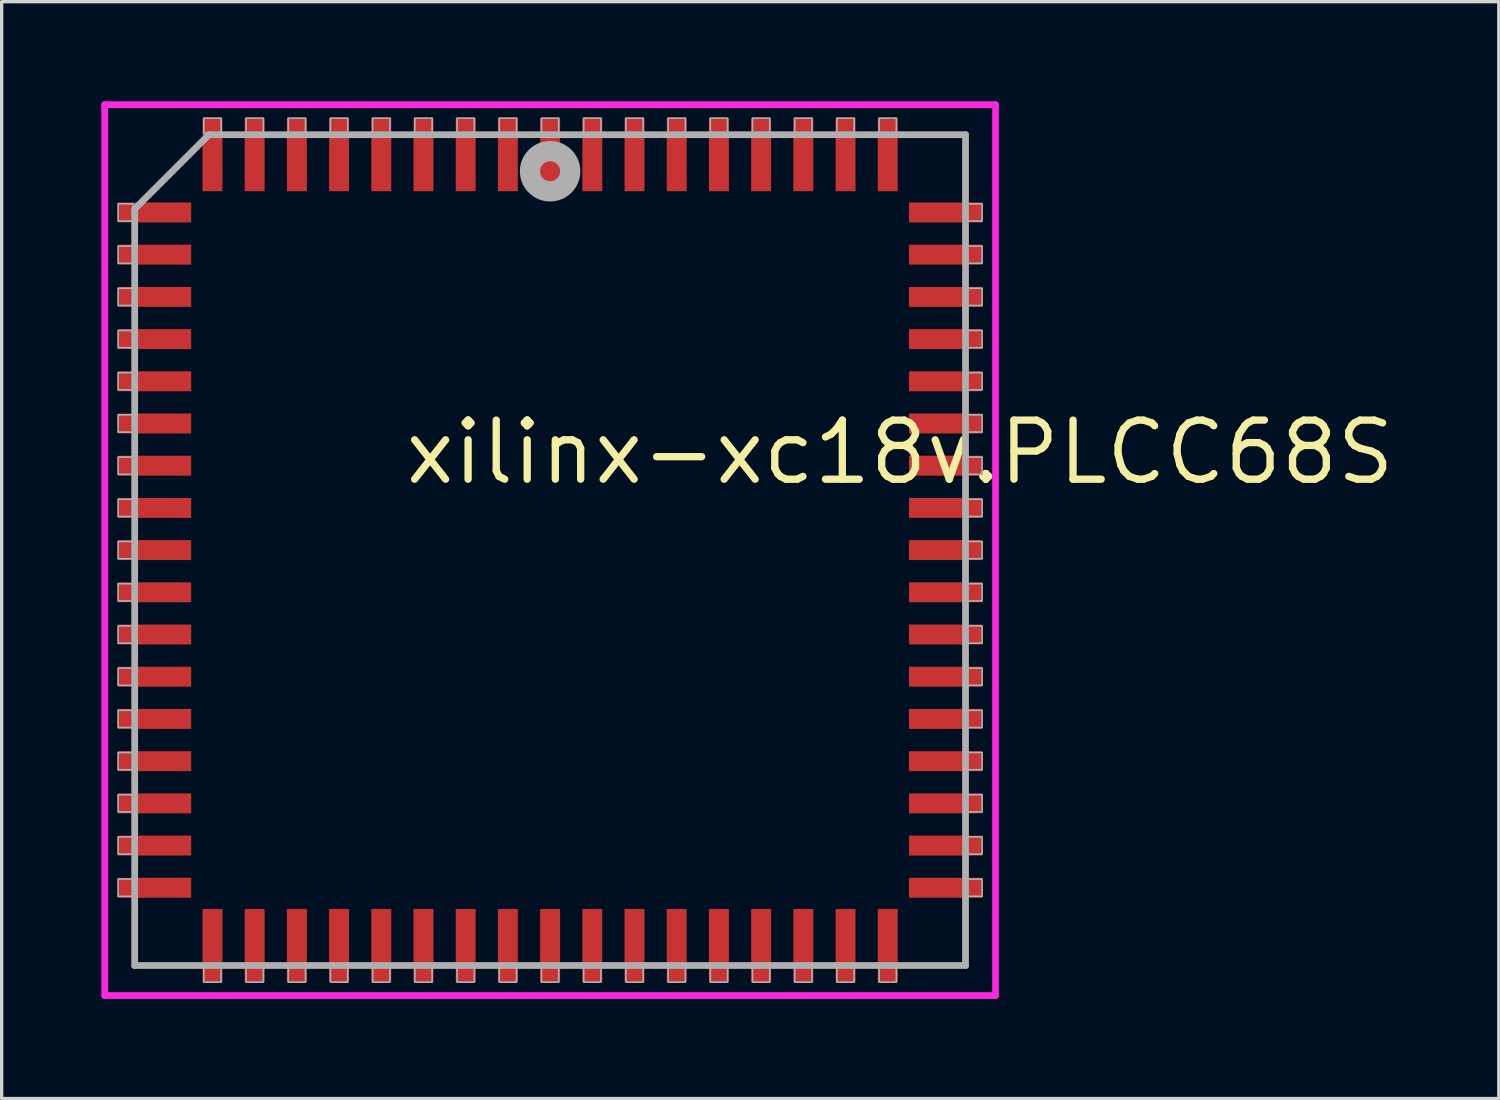
<source format=kicad_pcb>
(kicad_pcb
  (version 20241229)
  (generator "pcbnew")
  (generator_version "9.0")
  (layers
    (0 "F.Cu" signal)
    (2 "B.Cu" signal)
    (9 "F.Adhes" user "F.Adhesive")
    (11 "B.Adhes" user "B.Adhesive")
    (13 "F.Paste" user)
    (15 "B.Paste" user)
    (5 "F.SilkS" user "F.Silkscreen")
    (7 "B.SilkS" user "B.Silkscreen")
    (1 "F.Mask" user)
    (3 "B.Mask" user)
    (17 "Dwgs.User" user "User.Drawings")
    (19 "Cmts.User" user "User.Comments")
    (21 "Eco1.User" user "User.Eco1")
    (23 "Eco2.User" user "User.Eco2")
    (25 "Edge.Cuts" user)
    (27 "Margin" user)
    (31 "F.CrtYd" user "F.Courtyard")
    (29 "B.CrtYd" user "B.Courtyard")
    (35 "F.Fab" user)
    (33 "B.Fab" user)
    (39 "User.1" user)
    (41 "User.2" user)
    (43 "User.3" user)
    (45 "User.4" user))
  (footprint "xilinx-xc18v.PLCC68S"
    (layer "F.Cu")
    (at 13.503 13.503)
    (property "Reference" "xilinx-xc18v.PLCC68S" (at -4.475 -1.905 0) (layer "F.SilkS") (effects (font (size 1.778 1.778) (thickness 0.22)) (justify left bottom)))
    (attr smd)
    (fp_line (start -13.403 -13.403) (end 13.403 -13.403) (stroke (width 0.2) (type default)) (layer "F.CrtYd"))
    (fp_line (start -13.403 13.403) (end -13.403 -13.403) (stroke (width 0.2) (type default)) (layer "F.CrtYd"))
    (fp_line (start 13.403 -13.403) (end 13.403 13.403) (stroke (width 0.2) (type default)) (layer "F.CrtYd"))
    (fp_line (start 13.403 13.403) (end -13.403 13.403) (stroke (width 0.2) (type default)) (layer "F.CrtYd"))
    (fp_line (start -12.5 -10.265) (end -12.5 12.5) (stroke (width 0.203) (type default)) (layer "F.Fab"))
    (fp_line (start -12.5 12.5) (end 12.5 12.5) (stroke (width 0.203) (type default)) (layer "F.Fab"))
    (fp_line (start -10.265 -12.5) (end -12.5 -10.265) (stroke (width 0.203) (type default)) (layer "F.Fab"))
    (fp_line (start 12.5 -12.5) (end -10.265 -12.5) (stroke (width 0.203) (type default)) (layer "F.Fab"))
    (fp_line (start 12.5 12.5) (end 12.5 -12.5) (stroke (width 0.203) (type default)) (layer "F.Fab"))
    (fp_rect (start -13 -9.9) (end -12.55 -10.42) (stroke (width 0.05) (type default)) (fill no) (layer "F.Fab"))
    (fp_rect (start -13 -8.63) (end -12.55 -9.15) (stroke (width 0.05) (type default)) (fill no) (layer "F.Fab"))
    (fp_rect (start -13 -7.36) (end -12.55 -7.88) (stroke (width 0.05) (type default)) (fill no) (layer "F.Fab"))
    (fp_rect (start -13 -6.09) (end -12.55 -6.61) (stroke (width 0.05) (type default)) (fill no) (layer "F.Fab"))
    (fp_rect (start -13 -4.82) (end -12.55 -5.34) (stroke (width 0.05) (type default)) (fill no) (layer "F.Fab"))
    (fp_rect (start -13 -3.55) (end -12.55 -4.07) (stroke (width 0.05) (type default)) (fill no) (layer "F.Fab"))
    (fp_rect (start -13 -2.28) (end -12.55 -2.8) (stroke (width 0.05) (type default)) (fill no) (layer "F.Fab"))
    (fp_rect (start -13 -1.01) (end -12.55 -1.53) (stroke (width 0.05) (type default)) (fill no) (layer "F.Fab"))
    (fp_rect (start -13 0.26) (end -12.55 -0.26) (stroke (width 0.05) (type default)) (fill no) (layer "F.Fab"))
    (fp_rect (start -13 1.53) (end -12.55 1.01) (stroke (width 0.05) (type default)) (fill no) (layer "F.Fab"))
    (fp_rect (start -13 2.8) (end -12.55 2.28) (stroke (width 0.05) (type default)) (fill no) (layer "F.Fab"))
    (fp_rect (start -13 4.07) (end -12.55 3.55) (stroke (width 0.05) (type default)) (fill no) (layer "F.Fab"))
    (fp_rect (start -13 5.34) (end -12.55 4.82) (stroke (width 0.05) (type default)) (fill no) (layer "F.Fab"))
    (fp_rect (start -13 6.61) (end -12.55 6.09) (stroke (width 0.05) (type default)) (fill no) (layer "F.Fab"))
    (fp_rect (start -13 7.88) (end -12.55 7.36) (stroke (width 0.05) (type default)) (fill no) (layer "F.Fab"))
    (fp_rect (start -13 9.15) (end -12.55 8.63) (stroke (width 0.05) (type default)) (fill no) (layer "F.Fab"))
    (fp_rect (start -13 10.42) (end -12.55 9.9) (stroke (width 0.05) (type default)) (fill no) (layer "F.Fab"))
    (fp_rect (start -10.42 -12.55) (end -9.9 -13) (stroke (width 0.05) (type default)) (fill no) (layer "F.Fab"))
    (fp_rect (start -10.42 13) (end -9.9 12.55) (stroke (width 0.05) (type default)) (fill no) (layer "F.Fab"))
    (fp_rect (start -9.15 -12.55) (end -8.63 -13) (stroke (width 0.05) (type default)) (fill no) (layer "F.Fab"))
    (fp_rect (start -9.15 13) (end -8.63 12.55) (stroke (width 0.05) (type default)) (fill no) (layer "F.Fab"))
    (fp_rect (start -7.88 -12.55) (end -7.36 -13) (stroke (width 0.05) (type default)) (fill no) (layer "F.Fab"))
    (fp_rect (start -7.88 13) (end -7.36 12.55) (stroke (width 0.05) (type default)) (fill no) (layer "F.Fab"))
    (fp_rect (start -6.61 -12.55) (end -6.09 -13) (stroke (width 0.05) (type default)) (fill no) (layer "F.Fab"))
    (fp_rect (start -6.61 13) (end -6.09 12.55) (stroke (width 0.05) (type default)) (fill no) (layer "F.Fab"))
    (fp_rect (start -5.34 -12.55) (end -4.82 -13) (stroke (width 0.05) (type default)) (fill no) (layer "F.Fab"))
    (fp_rect (start -5.34 13) (end -4.82 12.55) (stroke (width 0.05) (type default)) (fill no) (layer "F.Fab"))
    (fp_rect (start -4.07 -12.55) (end -3.55 -13) (stroke (width 0.05) (type default)) (fill no) (layer "F.Fab"))
    (fp_rect (start -4.07 13) (end -3.55 12.55) (stroke (width 0.05) (type default)) (fill no) (layer "F.Fab"))
    (fp_rect (start -2.8 -12.55) (end -2.28 -13) (stroke (width 0.05) (type default)) (fill no) (layer "F.Fab"))
    (fp_rect (start -2.8 13) (end -2.28 12.55) (stroke (width 0.05) (type default)) (fill no) (layer "F.Fab"))
    (fp_rect (start -1.53 -12.55) (end -1.01 -13) (stroke (width 0.05) (type default)) (fill no) (layer "F.Fab"))
    (fp_rect (start -1.53 13) (end -1.01 12.55) (stroke (width 0.05) (type default)) (fill no) (layer "F.Fab"))
    (fp_rect (start -0.26 -12.55) (end 0.26 -13) (stroke (width 0.05) (type default)) (fill no) (layer "F.Fab"))
    (fp_rect (start -0.26 13) (end 0.26 12.55) (stroke (width 0.05) (type default)) (fill no) (layer "F.Fab"))
    (fp_rect (start 1.01 -12.55) (end 1.53 -13) (stroke (width 0.05) (type default)) (fill no) (layer "F.Fab"))
    (fp_rect (start 1.01 13) (end 1.53 12.55) (stroke (width 0.05) (type default)) (fill no) (layer "F.Fab"))
    (fp_rect (start 2.28 -12.55) (end 2.8 -13) (stroke (width 0.05) (type default)) (fill no) (layer "F.Fab"))
    (fp_rect (start 2.28 13) (end 2.8 12.55) (stroke (width 0.05) (type default)) (fill no) (layer "F.Fab"))
    (fp_rect (start 3.55 -12.55) (end 4.07 -13) (stroke (width 0.05) (type default)) (fill no) (layer "F.Fab"))
    (fp_rect (start 3.55 13) (end 4.07 12.55) (stroke (width 0.05) (type default)) (fill no) (layer "F.Fab"))
    (fp_rect (start 4.82 -12.55) (end 5.34 -13) (stroke (width 0.05) (type default)) (fill no) (layer "F.Fab"))
    (fp_rect (start 4.82 13) (end 5.34 12.55) (stroke (width 0.05) (type default)) (fill no) (layer "F.Fab"))
    (fp_rect (start 6.09 -12.55) (end 6.61 -13) (stroke (width 0.05) (type default)) (fill no) (layer "F.Fab"))
    (fp_rect (start 6.09 13) (end 6.61 12.55) (stroke (width 0.05) (type default)) (fill no) (layer "F.Fab"))
    (fp_rect (start 7.36 -12.55) (end 7.88 -13) (stroke (width 0.05) (type default)) (fill no) (layer "F.Fab"))
    (fp_rect (start 7.36 13) (end 7.88 12.55) (stroke (width 0.05) (type default)) (fill no) (layer "F.Fab"))
    (fp_rect (start 8.63 -12.55) (end 9.15 -13) (stroke (width 0.05) (type default)) (fill no) (layer "F.Fab"))
    (fp_rect (start 8.63 13) (end 9.15 12.55) (stroke (width 0.05) (type default)) (fill no) (layer "F.Fab"))
    (fp_rect (start 9.9 -12.55) (end 10.42 -13) (stroke (width 0.05) (type default)) (fill no) (layer "F.Fab"))
    (fp_rect (start 9.9 13) (end 10.42 12.55) (stroke (width 0.05) (type default)) (fill no) (layer "F.Fab"))
    (fp_rect (start 12.55 -9.9) (end 13 -10.42) (stroke (width 0.05) (type default)) (fill no) (layer "F.Fab"))
    (fp_rect (start 12.55 -8.63) (end 13 -9.15) (stroke (width 0.05) (type default)) (fill no) (layer "F.Fab"))
    (fp_rect (start 12.55 -7.36) (end 13 -7.88) (stroke (width 0.05) (type default)) (fill no) (layer "F.Fab"))
    (fp_rect (start 12.55 -6.09) (end 13 -6.61) (stroke (width 0.05) (type default)) (fill no) (layer "F.Fab"))
    (fp_rect (start 12.55 -4.82) (end 13 -5.34) (stroke (width 0.05) (type default)) (fill no) (layer "F.Fab"))
    (fp_rect (start 12.55 -3.55) (end 13 -4.07) (stroke (width 0.05) (type default)) (fill no) (layer "F.Fab"))
    (fp_rect (start 12.55 -2.28) (end 13 -2.8) (stroke (width 0.05) (type default)) (fill no) (layer "F.Fab"))
    (fp_rect (start 12.55 -1.01) (end 13 -1.53) (stroke (width 0.05) (type default)) (fill no) (layer "F.Fab"))
    (fp_rect (start 12.55 0.26) (end 13 -0.26) (stroke (width 0.05) (type default)) (fill no) (layer "F.Fab"))
    (fp_rect (start 12.55 1.53) (end 13 1.01) (stroke (width 0.05) (type default)) (fill no) (layer "F.Fab"))
    (fp_rect (start 12.55 2.8) (end 13 2.28) (stroke (width 0.05) (type default)) (fill no) (layer "F.Fab"))
    (fp_rect (start 12.55 4.07) (end 13 3.55) (stroke (width 0.05) (type default)) (fill no) (layer "F.Fab"))
    (fp_rect (start 12.55 5.34) (end 13 4.82) (stroke (width 0.05) (type default)) (fill no) (layer "F.Fab"))
    (fp_rect (start 12.55 6.61) (end 13 6.09) (stroke (width 0.05) (type default)) (fill no) (layer "F.Fab"))
    (fp_rect (start 12.55 7.88) (end 13 7.36) (stroke (width 0.05) (type default)) (fill no) (layer "F.Fab"))
    (fp_rect (start 12.55 9.15) (end 13 8.63) (stroke (width 0.05) (type default)) (fill no) (layer "F.Fab"))
    (fp_rect (start 12.55 10.42) (end 13 9.9) (stroke (width 0.05) (type default)) (fill no) (layer "F.Fab"))
    (fp_circle (center 0 -11.4) (end 0.3 -11.4) (stroke (width 0.61) (type default)) (fill no) (layer "F.Fab"))
    (pad "1" smd roundrect (at 0 -11.9) (size 0.6 2.2) (layers "F.Cu" "F.Mask" "F.Paste") (roundrect_rratio 0.01))
    (pad "2" smd roundrect (at -1.27 -11.9) (size 0.6 2.2) (layers "F.Cu" "F.Mask" "F.Paste") (roundrect_rratio 0.01))
    (pad "3" smd roundrect (at -2.54 -11.9) (size 0.6 2.2) (layers "F.Cu" "F.Mask" "F.Paste") (roundrect_rratio 0.01))
    (pad "4" smd roundrect (at -3.81 -11.9) (size 0.6 2.2) (layers "F.Cu" "F.Mask" "F.Paste") (roundrect_rratio 0.01))
    (pad "5" smd roundrect (at -5.08 -11.9) (size 0.6 2.2) (layers "F.Cu" "F.Mask" "F.Paste") (roundrect_rratio 0.01))
    (pad "6" smd roundrect (at -6.35 -11.9) (size 0.6 2.2) (layers "F.Cu" "F.Mask" "F.Paste") (roundrect_rratio 0.01))
    (pad "7" smd roundrect (at -7.62 -11.9) (size 0.6 2.2) (layers "F.Cu" "F.Mask" "F.Paste") (roundrect_rratio 0.01))
    (pad "8" smd roundrect (at -8.89 -11.9) (size 0.6 2.2) (layers "F.Cu" "F.Mask" "F.Paste") (roundrect_rratio 0.01))
    (pad "9" smd roundrect (at -10.16 -11.9) (size 0.6 2.2) (layers "F.Cu" "F.Mask" "F.Paste") (roundrect_rratio 0.01))
    (pad "10" smd roundrect (at -11.9 -10.16) (size 2.2 0.6) (layers "F.Cu" "F.Mask" "F.Paste") (roundrect_rratio 0.01))
    (pad "11" smd roundrect (at -11.9 -8.89) (size 2.2 0.6) (layers "F.Cu" "F.Mask" "F.Paste") (roundrect_rratio 0.01))
    (pad "12" smd roundrect (at -11.9 -7.62) (size 2.2 0.6) (layers "F.Cu" "F.Mask" "F.Paste") (roundrect_rratio 0.01))
    (pad "13" smd roundrect (at -11.9 -6.35) (size 2.2 0.6) (layers "F.Cu" "F.Mask" "F.Paste") (roundrect_rratio 0.01))
    (pad "14" smd roundrect (at -11.9 -5.08) (size 2.2 0.6) (layers "F.Cu" "F.Mask" "F.Paste") (roundrect_rratio 0.01))
    (pad "15" smd roundrect (at -11.9 -3.81) (size 2.2 0.6) (layers "F.Cu" "F.Mask" "F.Paste") (roundrect_rratio 0.01))
    (pad "16" smd roundrect (at -11.9 -2.54) (size 2.2 0.6) (layers "F.Cu" "F.Mask" "F.Paste") (roundrect_rratio 0.01))
    (pad "17" smd roundrect (at -11.9 -1.27) (size 2.2 0.6) (layers "F.Cu" "F.Mask" "F.Paste") (roundrect_rratio 0.01))
    (pad "18" smd roundrect (at -11.9 0) (size 2.2 0.6) (layers "F.Cu" "F.Mask" "F.Paste") (roundrect_rratio 0.01))
    (pad "19" smd roundrect (at -11.9 1.27) (size 2.2 0.6) (layers "F.Cu" "F.Mask" "F.Paste") (roundrect_rratio 0.01))
    (pad "20" smd roundrect (at -11.9 2.54) (size 2.2 0.6) (layers "F.Cu" "F.Mask" "F.Paste") (roundrect_rratio 0.01))
    (pad "21" smd roundrect (at -11.9 3.81) (size 2.2 0.6) (layers "F.Cu" "F.Mask" "F.Paste") (roundrect_rratio 0.01))
    (pad "22" smd roundrect (at -11.9 5.08) (size 2.2 0.6) (layers "F.Cu" "F.Mask" "F.Paste") (roundrect_rratio 0.01))
    (pad "23" smd roundrect (at -11.9 6.35) (size 2.2 0.6) (layers "F.Cu" "F.Mask" "F.Paste") (roundrect_rratio 0.01))
    (pad "24" smd roundrect (at -11.9 7.62) (size 2.2 0.6) (layers "F.Cu" "F.Mask" "F.Paste") (roundrect_rratio 0.01))
    (pad "25" smd roundrect (at -11.9 8.89) (size 2.2 0.6) (layers "F.Cu" "F.Mask" "F.Paste") (roundrect_rratio 0.01))
    (pad "26" smd roundrect (at -11.9 10.16) (size 2.2 0.6) (layers "F.Cu" "F.Mask" "F.Paste") (roundrect_rratio 0.01))
    (pad "27" smd roundrect (at -10.16 11.9) (size 0.6 2.2) (layers "F.Cu" "F.Mask" "F.Paste") (roundrect_rratio 0.01))
    (pad "28" smd roundrect (at -8.89 11.9) (size 0.6 2.2) (layers "F.Cu" "F.Mask" "F.Paste") (roundrect_rratio 0.01))
    (pad "29" smd roundrect (at -7.62 11.9) (size 0.6 2.2) (layers "F.Cu" "F.Mask" "F.Paste") (roundrect_rratio 0.01))
    (pad "30" smd roundrect (at -6.35 11.9) (size 0.6 2.2) (layers "F.Cu" "F.Mask" "F.Paste") (roundrect_rratio 0.01))
    (pad "31" smd roundrect (at -5.08 11.9) (size 0.6 2.2) (layers "F.Cu" "F.Mask" "F.Paste") (roundrect_rratio 0.01))
    (pad "32" smd roundrect (at -3.81 11.9) (size 0.6 2.2) (layers "F.Cu" "F.Mask" "F.Paste") (roundrect_rratio 0.01))
    (pad "33" smd roundrect (at -2.54 11.9) (size 0.6 2.2) (layers "F.Cu" "F.Mask" "F.Paste") (roundrect_rratio 0.01))
    (pad "34" smd roundrect (at -1.27 11.9) (size 0.6 2.2) (layers "F.Cu" "F.Mask" "F.Paste") (roundrect_rratio 0.01))
    (pad "35" smd roundrect (at 0 11.9) (size 0.6 2.2) (layers "F.Cu" "F.Mask" "F.Paste") (roundrect_rratio 0.01))
    (pad "36" smd roundrect (at 1.27 11.9) (size 0.6 2.2) (layers "F.Cu" "F.Mask" "F.Paste") (roundrect_rratio 0.01))
    (pad "37" smd roundrect (at 2.54 11.9) (size 0.6 2.2) (layers "F.Cu" "F.Mask" "F.Paste") (roundrect_rratio 0.01))
    (pad "38" smd roundrect (at 3.81 11.9) (size 0.6 2.2) (layers "F.Cu" "F.Mask" "F.Paste") (roundrect_rratio 0.01))
    (pad "39" smd roundrect (at 5.08 11.9) (size 0.6 2.2) (layers "F.Cu" "F.Mask" "F.Paste") (roundrect_rratio 0.01))
    (pad "40" smd roundrect (at 6.35 11.9) (size 0.6 2.2) (layers "F.Cu" "F.Mask" "F.Paste") (roundrect_rratio 0.01))
    (pad "41" smd roundrect (at 7.62 11.9) (size 0.6 2.2) (layers "F.Cu" "F.Mask" "F.Paste") (roundrect_rratio 0.01))
    (pad "42" smd roundrect (at 8.89 11.9) (size 0.6 2.2) (layers "F.Cu" "F.Mask" "F.Paste") (roundrect_rratio 0.01))
    (pad "43" smd roundrect (at 10.16 11.9) (size 0.6 2.2) (layers "F.Cu" "F.Mask" "F.Paste") (roundrect_rratio 0.01))
    (pad "44" smd roundrect (at 11.9 10.16) (size 2.2 0.6) (layers "F.Cu" "F.Mask" "F.Paste") (roundrect_rratio 0.01))
    (pad "45" smd roundrect (at 11.9 8.89) (size 2.2 0.6) (layers "F.Cu" "F.Mask" "F.Paste") (roundrect_rratio 0.01))
    (pad "46" smd roundrect (at 11.9 7.62) (size 2.2 0.6) (layers "F.Cu" "F.Mask" "F.Paste") (roundrect_rratio 0.01))
    (pad "47" smd roundrect (at 11.9 6.35) (size 2.2 0.6) (layers "F.Cu" "F.Mask" "F.Paste") (roundrect_rratio 0.01))
    (pad "48" smd roundrect (at 11.9 5.08) (size 2.2 0.6) (layers "F.Cu" "F.Mask" "F.Paste") (roundrect_rratio 0.01))
    (pad "49" smd roundrect (at 11.9 3.81) (size 2.2 0.6) (layers "F.Cu" "F.Mask" "F.Paste") (roundrect_rratio 0.01))
    (pad "50" smd roundrect (at 11.9 2.54) (size 2.2 0.6) (layers "F.Cu" "F.Mask" "F.Paste") (roundrect_rratio 0.01))
    (pad "51" smd roundrect (at 11.9 1.27) (size 2.2 0.6) (layers "F.Cu" "F.Mask" "F.Paste") (roundrect_rratio 0.01))
    (pad "52" smd roundrect (at 11.9 0) (size 2.2 0.6) (layers "F.Cu" "F.Mask" "F.Paste") (roundrect_rratio 0.01))
    (pad "53" smd roundrect (at 11.9 -1.27) (size 2.2 0.6) (layers "F.Cu" "F.Mask" "F.Paste") (roundrect_rratio 0.01))
    (pad "54" smd roundrect (at 11.9 -2.54) (size 2.2 0.6) (layers "F.Cu" "F.Mask" "F.Paste") (roundrect_rratio 0.01))
    (pad "55" smd roundrect (at 11.9 -3.81) (size 2.2 0.6) (layers "F.Cu" "F.Mask" "F.Paste") (roundrect_rratio 0.01))
    (pad "56" smd roundrect (at 11.9 -5.08) (size 2.2 0.6) (layers "F.Cu" "F.Mask" "F.Paste") (roundrect_rratio 0.01))
    (pad "57" smd roundrect (at 11.9 -6.35) (size 2.2 0.6) (layers "F.Cu" "F.Mask" "F.Paste") (roundrect_rratio 0.01))
    (pad "58" smd roundrect (at 11.9 -7.62) (size 2.2 0.6) (layers "F.Cu" "F.Mask" "F.Paste") (roundrect_rratio 0.01))
    (pad "59" smd roundrect (at 11.9 -8.89) (size 2.2 0.6) (layers "F.Cu" "F.Mask" "F.Paste") (roundrect_rratio 0.01))
    (pad "60" smd roundrect (at 11.9 -10.16) (size 2.2 0.6) (layers "F.Cu" "F.Mask" "F.Paste") (roundrect_rratio 0.01))
    (pad "61" smd roundrect (at 10.16 -11.9) (size 0.6 2.2) (layers "F.Cu" "F.Mask" "F.Paste") (roundrect_rratio 0.01))
    (pad "62" smd roundrect (at 8.89 -11.9) (size 0.6 2.2) (layers "F.Cu" "F.Mask" "F.Paste") (roundrect_rratio 0.01))
    (pad "63" smd roundrect (at 7.62 -11.9) (size 0.6 2.2) (layers "F.Cu" "F.Mask" "F.Paste") (roundrect_rratio 0.01))
    (pad "64" smd roundrect (at 6.35 -11.9) (size 0.6 2.2) (layers "F.Cu" "F.Mask" "F.Paste") (roundrect_rratio 0.01))
    (pad "65" smd roundrect (at 5.08 -11.9) (size 0.6 2.2) (layers "F.Cu" "F.Mask" "F.Paste") (roundrect_rratio 0.01))
    (pad "66" smd roundrect (at 3.81 -11.9) (size 0.6 2.2) (layers "F.Cu" "F.Mask" "F.Paste") (roundrect_rratio 0.01))
    (pad "67" smd roundrect (at 2.54 -11.9) (size 0.6 2.2) (layers "F.Cu" "F.Mask" "F.Paste") (roundrect_rratio 0.01))
    (pad "68" smd roundrect (at 1.27 -11.9) (size 0.6 2.2) (layers "F.Cu" "F.Mask" "F.Paste") (roundrect_rratio 0.01)))
  (gr_rect
    (start -3 -3)
    (end 42.05 30.006)
    (stroke (width 0.1) (type default))
    (fill no)
    (layer "Edge.Cuts")))
</source>
